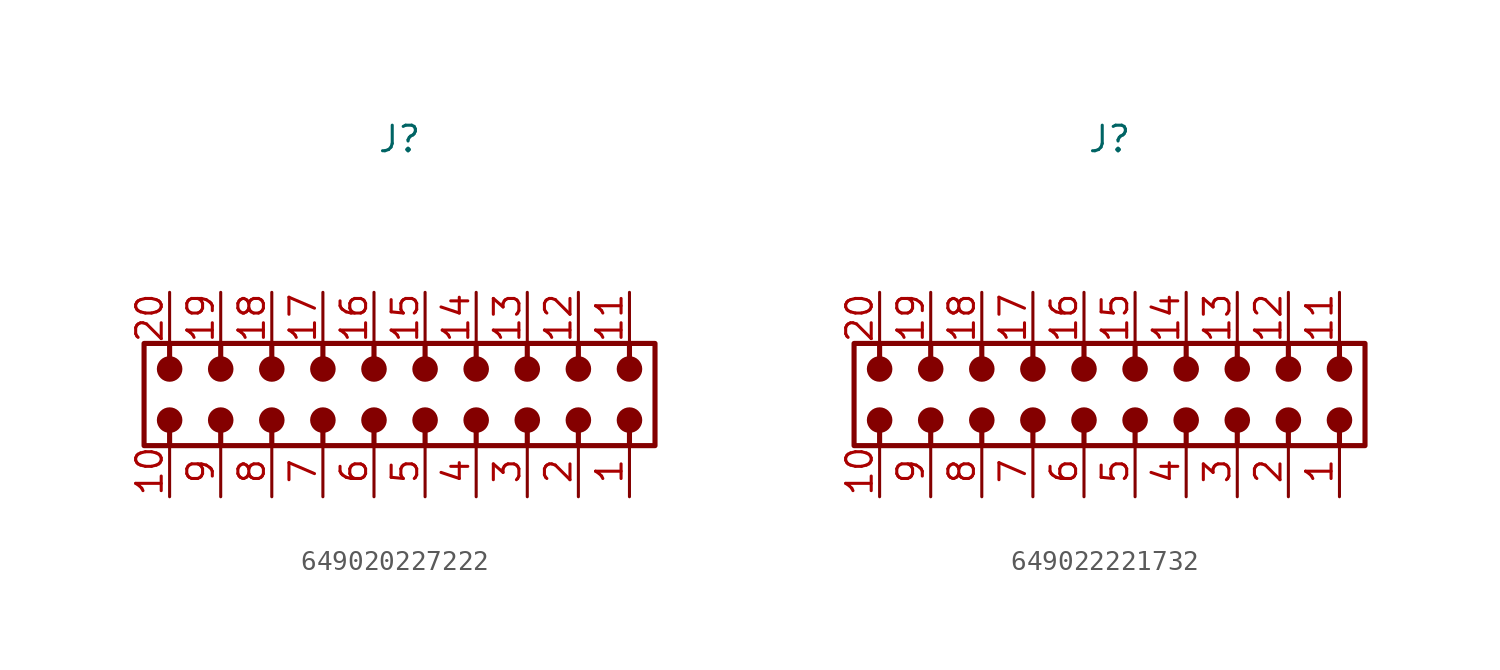
<source format=kicad_sym>
(kicad_symbol_lib
  (version 20241209)
  (generator "kicad_symbol_editor")
  (generator_version "9.0")
  (symbol "649020227222"
    (pin_names
      (hide yes))
    (property "Reference" "J"
      (at 0 12.7 0)
      (effects (font (size 1.27 1.27))))
    (symbol "649020227222_1_1"
      (rectangle (start -12.7 2.54) (end 12.7 -2.54) (stroke (width 0.254) (type solid)) (fill (type none)))
      (polyline (pts (xy -11.43 1.778) (xy -11.43 2.54)) (stroke (width 0.254) (type solid)) (fill (type none)))
      (circle (center -11.43 1.27) (radius 0.508) (stroke (width 0.254) (type solid)) (fill (type outline)))
      (circle (center -11.43 -1.27) (radius 0.508) (stroke (width 0.254) (type solid)) (fill (type outline)))
      (polyline (pts (xy -11.43 -1.778) (xy -11.43 -2.54)) (stroke (width 0.254) (type solid)) (fill (type none)))
      (polyline (pts (xy -8.89 1.778) (xy -8.89 2.54)) (stroke (width 0.254) (type solid)) (fill (type none)))
      (circle (center -8.89 1.27) (radius 0.508) (stroke (width 0.254) (type solid)) (fill (type outline)))
      (circle (center -8.89 -1.27) (radius 0.508) (stroke (width 0.254) (type solid)) (fill (type outline)))
      (polyline (pts (xy -8.89 -1.778) (xy -8.89 -2.54)) (stroke (width 0.254) (type solid)) (fill (type none)))
      (polyline (pts (xy -6.35 1.778) (xy -6.35 2.54)) (stroke (width 0.254) (type solid)) (fill (type none)))
      (circle (center -6.35 1.27) (radius 0.508) (stroke (width 0.254) (type solid)) (fill (type outline)))
      (circle (center -6.35 -1.27) (radius 0.508) (stroke (width 0.254) (type solid)) (fill (type outline)))
      (polyline (pts (xy -6.35 -1.778) (xy -6.35 -2.54)) (stroke (width 0.254) (type solid)) (fill (type none)))
      (polyline (pts (xy -3.81 1.778) (xy -3.81 2.54)) (stroke (width 0.254) (type solid)) (fill (type none)))
      (circle (center -3.81 1.27) (radius 0.508) (stroke (width 0.254) (type solid)) (fill (type outline)))
      (circle (center -3.81 -1.27) (radius 0.508) (stroke (width 0.254) (type solid)) (fill (type outline)))
      (polyline (pts (xy -3.81 -1.778) (xy -3.81 -2.54)) (stroke (width 0.254) (type solid)) (fill (type none)))
      (polyline (pts (xy -1.27 1.778) (xy -1.27 2.54)) (stroke (width 0.254) (type solid)) (fill (type none)))
      (circle (center -1.27 1.27) (radius 0.508) (stroke (width 0.254) (type solid)) (fill (type outline)))
      (circle (center -1.27 -1.27) (radius 0.508) (stroke (width 0.254) (type solid)) (fill (type outline)))
      (polyline (pts (xy -1.27 -1.778) (xy -1.27 -2.54)) (stroke (width 0.254) (type solid)) (fill (type none)))
      (polyline (pts (xy 1.27 1.778) (xy 1.27 2.54)) (stroke (width 0.254) (type solid)) (fill (type none)))
      (circle (center 1.27 1.27) (radius 0.508) (stroke (width 0.254) (type solid)) (fill (type outline)))
      (circle (center 1.27 -1.27) (radius 0.508) (stroke (width 0.254) (type solid)) (fill (type outline)))
      (polyline (pts (xy 1.27 -1.778) (xy 1.27 -2.54)) (stroke (width 0.254) (type solid)) (fill (type none)))
      (polyline (pts (xy 3.81 1.778) (xy 3.81 2.54)) (stroke (width 0.254) (type solid)) (fill (type none)))
      (circle (center 3.81 1.27) (radius 0.508) (stroke (width 0.254) (type solid)) (fill (type outline)))
      (circle (center 3.81 -1.27) (radius 0.508) (stroke (width 0.254) (type solid)) (fill (type outline)))
      (polyline (pts (xy 3.81 -1.778) (xy 3.81 -2.54)) (stroke (width 0.254) (type solid)) (fill (type none)))
      (polyline (pts (xy 6.35 1.778) (xy 6.35 2.54)) (stroke (width 0.254) (type solid)) (fill (type none)))
      (circle (center 6.35 1.27) (radius 0.508) (stroke (width 0.254) (type solid)) (fill (type outline)))
      (circle (center 6.35 -1.27) (radius 0.508) (stroke (width 0.254) (type solid)) (fill (type outline)))
      (polyline (pts (xy 6.35 -1.778) (xy 6.35 -2.54)) (stroke (width 0.254) (type solid)) (fill (type none)))
      (polyline (pts (xy 8.89 1.778) (xy 8.89 2.54)) (stroke (width 0.254) (type solid)) (fill (type none)))
      (circle (center 8.89 1.27) (radius 0.508) (stroke (width 0.254) (type solid)) (fill (type outline)))
      (circle (center 8.89 -1.27) (radius 0.508) (stroke (width 0.254) (type solid)) (fill (type outline)))
      (polyline (pts (xy 8.89 -1.778) (xy 8.89 -2.54)) (stroke (width 0.254) (type solid)) (fill (type none)))
      (polyline (pts (xy 11.43 1.778) (xy 11.43 2.54)) (stroke (width 0.254) (type solid)) (fill (type none)))
      (circle (center 11.43 1.27) (radius 0.508) (stroke (width 0.254) (type solid)) (fill (type outline)))
      (circle (center 11.43 -1.27) (radius 0.508) (stroke (width 0.254) (type solid)) (fill (type outline)))
      (polyline (pts (xy 11.43 -1.778) (xy 11.43 -2.54)) (stroke (width 0.254) (type solid)) (fill (type none)))
      (pin passive line (at -11.43 5.08 270) (length 2.54) (name "20" (effects (font (size 1.27 1.27)))) (number "20" (effects (font (size 1.27 1.27)))))
      (pin passive line (at -11.43 -5.08 90) (length 2.54) (name "10" (effects (font (size 1.27 1.27)))) (number "10" (effects (font (size 1.27 1.27)))))
      (pin passive line (at -8.89 5.08 270) (length 2.54) (name "19" (effects (font (size 1.27 1.27)))) (number "19" (effects (font (size 1.27 1.27)))))
      (pin passive line (at -8.89 -5.08 90) (length 2.54) (name "9" (effects (font (size 1.27 1.27)))) (number "9" (effects (font (size 1.27 1.27)))))
      (pin passive line (at -6.35 5.08 270) (length 2.54) (name "18" (effects (font (size 1.27 1.27)))) (number "18" (effects (font (size 1.27 1.27)))))
      (pin passive line (at -6.35 -5.08 90) (length 2.54) (name "8" (effects (font (size 1.27 1.27)))) (number "8" (effects (font (size 1.27 1.27)))))
      (pin passive line (at -3.81 5.08 270) (length 2.54) (name "17" (effects (font (size 1.27 1.27)))) (number "17" (effects (font (size 1.27 1.27)))))
      (pin passive line (at -3.81 -5.08 90) (length 2.54) (name "7" (effects (font (size 1.27 1.27)))) (number "7" (effects (font (size 1.27 1.27)))))
      (pin passive line (at -1.27 5.08 270) (length 2.54) (name "16" (effects (font (size 1.27 1.27)))) (number "16" (effects (font (size 1.27 1.27)))))
      (pin passive line (at -1.27 -5.08 90) (length 2.54) (name "6" (effects (font (size 1.27 1.27)))) (number "6" (effects (font (size 1.27 1.27)))))
      (pin passive line (at 1.27 5.08 270) (length 2.54) (name "15" (effects (font (size 1.27 1.27)))) (number "15" (effects (font (size 1.27 1.27)))))
      (pin passive line (at 1.27 -5.08 90) (length 2.54) (name "5" (effects (font (size 1.27 1.27)))) (number "5" (effects (font (size 1.27 1.27)))))
      (pin passive line (at 3.81 5.08 270) (length 2.54) (name "14" (effects (font (size 1.27 1.27)))) (number "14" (effects (font (size 1.27 1.27)))))
      (pin passive line (at 3.81 -5.08 90) (length 2.54) (name "4" (effects (font (size 1.27 1.27)))) (number "4" (effects (font (size 1.27 1.27)))))
      (pin passive line (at 6.35 5.08 270) (length 2.54) (name "13" (effects (font (size 1.27 1.27)))) (number "13" (effects (font (size 1.27 1.27)))))
      (pin passive line (at 6.35 -5.08 90) (length 2.54) (name "3" (effects (font (size 1.27 1.27)))) (number "3" (effects (font (size 1.27 1.27)))))
      (pin passive line (at 8.89 5.08 270) (length 2.54) (name "12" (effects (font (size 1.27 1.27)))) (number "12" (effects (font (size 1.27 1.27)))))
      (pin passive line (at 8.89 -5.08 90) (length 2.54) (name "2" (effects (font (size 1.27 1.27)))) (number "2" (effects (font (size 1.27 1.27)))))
      (pin passive line (at 11.43 5.08 270) (length 2.54) (name "11" (effects (font (size 1.27 1.27)))) (number "11" (effects (font (size 1.27 1.27)))))
      (pin passive line (at 11.43 -5.08 90) (length 2.54) (name "1" (effects (font (size 1.27 1.27)))) (number "1" (effects (font (size 1.27 1.27)))))))
  (symbol "649022221732"
    (pin_names
      (hide yes))
    (property "Reference" "J"
      (at 0 12.7 0)
      (effects (font (size 1.27 1.27))))
    (symbol "649022221732_1_1"
      (rectangle (start -12.7 2.54) (end 12.7 -2.54) (stroke (width 0.254) (type solid)) (fill (type none)))
      (polyline (pts (xy -11.43 1.778) (xy -11.43 2.54)) (stroke (width 0.254) (type solid)) (fill (type none)))
      (circle (center -11.43 1.27) (radius 0.508) (stroke (width 0.254) (type solid)) (fill (type outline)))
      (circle (center -11.43 -1.27) (radius 0.508) (stroke (width 0.254) (type solid)) (fill (type outline)))
      (polyline (pts (xy -11.43 -1.778) (xy -11.43 -2.54)) (stroke (width 0.254) (type solid)) (fill (type none)))
      (polyline (pts (xy -8.89 1.778) (xy -8.89 2.54)) (stroke (width 0.254) (type solid)) (fill (type none)))
      (circle (center -8.89 1.27) (radius 0.508) (stroke (width 0.254) (type solid)) (fill (type outline)))
      (circle (center -8.89 -1.27) (radius 0.508) (stroke (width 0.254) (type solid)) (fill (type outline)))
      (polyline (pts (xy -8.89 -1.778) (xy -8.89 -2.54)) (stroke (width 0.254) (type solid)) (fill (type none)))
      (polyline (pts (xy -6.35 1.778) (xy -6.35 2.54)) (stroke (width 0.254) (type solid)) (fill (type none)))
      (circle (center -6.35 1.27) (radius 0.508) (stroke (width 0.254) (type solid)) (fill (type outline)))
      (circle (center -6.35 -1.27) (radius 0.508) (stroke (width 0.254) (type solid)) (fill (type outline)))
      (polyline (pts (xy -6.35 -1.778) (xy -6.35 -2.54)) (stroke (width 0.254) (type solid)) (fill (type none)))
      (polyline (pts (xy -3.81 1.778) (xy -3.81 2.54)) (stroke (width 0.254) (type solid)) (fill (type none)))
      (circle (center -3.81 1.27) (radius 0.508) (stroke (width 0.254) (type solid)) (fill (type outline)))
      (circle (center -3.81 -1.27) (radius 0.508) (stroke (width 0.254) (type solid)) (fill (type outline)))
      (polyline (pts (xy -3.81 -1.778) (xy -3.81 -2.54)) (stroke (width 0.254) (type solid)) (fill (type none)))
      (polyline (pts (xy -1.27 1.778) (xy -1.27 2.54)) (stroke (width 0.254) (type solid)) (fill (type none)))
      (circle (center -1.27 1.27) (radius 0.508) (stroke (width 0.254) (type solid)) (fill (type outline)))
      (circle (center -1.27 -1.27) (radius 0.508) (stroke (width 0.254) (type solid)) (fill (type outline)))
      (polyline (pts (xy -1.27 -1.778) (xy -1.27 -2.54)) (stroke (width 0.254) (type solid)) (fill (type none)))
      (polyline (pts (xy 1.27 1.778) (xy 1.27 2.54)) (stroke (width 0.254) (type solid)) (fill (type none)))
      (circle (center 1.27 1.27) (radius 0.508) (stroke (width 0.254) (type solid)) (fill (type outline)))
      (circle (center 1.27 -1.27) (radius 0.508) (stroke (width 0.254) (type solid)) (fill (type outline)))
      (polyline (pts (xy 1.27 -1.778) (xy 1.27 -2.54)) (stroke (width 0.254) (type solid)) (fill (type none)))
      (polyline (pts (xy 3.81 1.778) (xy 3.81 2.54)) (stroke (width 0.254) (type solid)) (fill (type none)))
      (circle (center 3.81 1.27) (radius 0.508) (stroke (width 0.254) (type solid)) (fill (type outline)))
      (circle (center 3.81 -1.27) (radius 0.508) (stroke (width 0.254) (type solid)) (fill (type outline)))
      (polyline (pts (xy 3.81 -1.778) (xy 3.81 -2.54)) (stroke (width 0.254) (type solid)) (fill (type none)))
      (polyline (pts (xy 6.35 1.778) (xy 6.35 2.54)) (stroke (width 0.254) (type solid)) (fill (type none)))
      (circle (center 6.35 1.27) (radius 0.508) (stroke (width 0.254) (type solid)) (fill (type outline)))
      (circle (center 6.35 -1.27) (radius 0.508) (stroke (width 0.254) (type solid)) (fill (type outline)))
      (polyline (pts (xy 6.35 -1.778) (xy 6.35 -2.54)) (stroke (width 0.254) (type solid)) (fill (type none)))
      (polyline (pts (xy 8.89 1.778) (xy 8.89 2.54)) (stroke (width 0.254) (type solid)) (fill (type none)))
      (circle (center 8.89 1.27) (radius 0.508) (stroke (width 0.254) (type solid)) (fill (type outline)))
      (circle (center 8.89 -1.27) (radius 0.508) (stroke (width 0.254) (type solid)) (fill (type outline)))
      (polyline (pts (xy 8.89 -1.778) (xy 8.89 -2.54)) (stroke (width 0.254) (type solid)) (fill (type none)))
      (polyline (pts (xy 11.43 1.778) (xy 11.43 2.54)) (stroke (width 0.254) (type solid)) (fill (type none)))
      (circle (center 11.43 1.27) (radius 0.508) (stroke (width 0.254) (type solid)) (fill (type outline)))
      (circle (center 11.43 -1.27) (radius 0.508) (stroke (width 0.254) (type solid)) (fill (type outline)))
      (polyline (pts (xy 11.43 -1.778) (xy 11.43 -2.54)) (stroke (width 0.254) (type solid)) (fill (type none)))
      (pin passive line (at -11.43 5.08 270) (length 2.54) (name "20" (effects (font (size 1.27 1.27)))) (number "20" (effects (font (size 1.27 1.27)))))
      (pin passive line (at -11.43 -5.08 90) (length 2.54) (name "10" (effects (font (size 1.27 1.27)))) (number "10" (effects (font (size 1.27 1.27)))))
      (pin passive line (at -8.89 5.08 270) (length 2.54) (name "19" (effects (font (size 1.27 1.27)))) (number "19" (effects (font (size 1.27 1.27)))))
      (pin passive line (at -8.89 -5.08 90) (length 2.54) (name "9" (effects (font (size 1.27 1.27)))) (number "9" (effects (font (size 1.27 1.27)))))
      (pin passive line (at -6.35 5.08 270) (length 2.54) (name "18" (effects (font (size 1.27 1.27)))) (number "18" (effects (font (size 1.27 1.27)))))
      (pin passive line (at -6.35 -5.08 90) (length 2.54) (name "8" (effects (font (size 1.27 1.27)))) (number "8" (effects (font (size 1.27 1.27)))))
      (pin passive line (at -3.81 5.08 270) (length 2.54) (name "17" (effects (font (size 1.27 1.27)))) (number "17" (effects (font (size 1.27 1.27)))))
      (pin passive line (at -3.81 -5.08 90) (length 2.54) (name "7" (effects (font (size 1.27 1.27)))) (number "7" (effects (font (size 1.27 1.27)))))
      (pin passive line (at -1.27 5.08 270) (length 2.54) (name "16" (effects (font (size 1.27 1.27)))) (number "16" (effects (font (size 1.27 1.27)))))
      (pin passive line (at -1.27 -5.08 90) (length 2.54) (name "6" (effects (font (size 1.27 1.27)))) (number "6" (effects (font (size 1.27 1.27)))))
      (pin passive line (at 1.27 5.08 270) (length 2.54) (name "15" (effects (font (size 1.27 1.27)))) (number "15" (effects (font (size 1.27 1.27)))))
      (pin passive line (at 1.27 -5.08 90) (length 2.54) (name "5" (effects (font (size 1.27 1.27)))) (number "5" (effects (font (size 1.27 1.27)))))
      (pin passive line (at 3.81 5.08 270) (length 2.54) (name "14" (effects (font (size 1.27 1.27)))) (number "14" (effects (font (size 1.27 1.27)))))
      (pin passive line (at 3.81 -5.08 90) (length 2.54) (name "4" (effects (font (size 1.27 1.27)))) (number "4" (effects (font (size 1.27 1.27)))))
      (pin passive line (at 6.35 5.08 270) (length 2.54) (name "13" (effects (font (size 1.27 1.27)))) (number "13" (effects (font (size 1.27 1.27)))))
      (pin passive line (at 6.35 -5.08 90) (length 2.54) (name "3" (effects (font (size 1.27 1.27)))) (number "3" (effects (font (size 1.27 1.27)))))
      (pin passive line (at 8.89 5.08 270) (length 2.54) (name "12" (effects (font (size 1.27 1.27)))) (number "12" (effects (font (size 1.27 1.27)))))
      (pin passive line (at 8.89 -5.08 90) (length 2.54) (name "2" (effects (font (size 1.27 1.27)))) (number "2" (effects (font (size 1.27 1.27)))))
      (pin passive line (at 11.43 5.08 270) (length 2.54) (name "11" (effects (font (size 1.27 1.27)))) (number "11" (effects (font (size 1.27 1.27)))))
      (pin passive line (at 11.43 -5.08 90) (length 2.54) (name "1" (effects (font (size 1.27 1.27)))) (number "1" (effects (font (size 1.27 1.27))))))))
</source>
